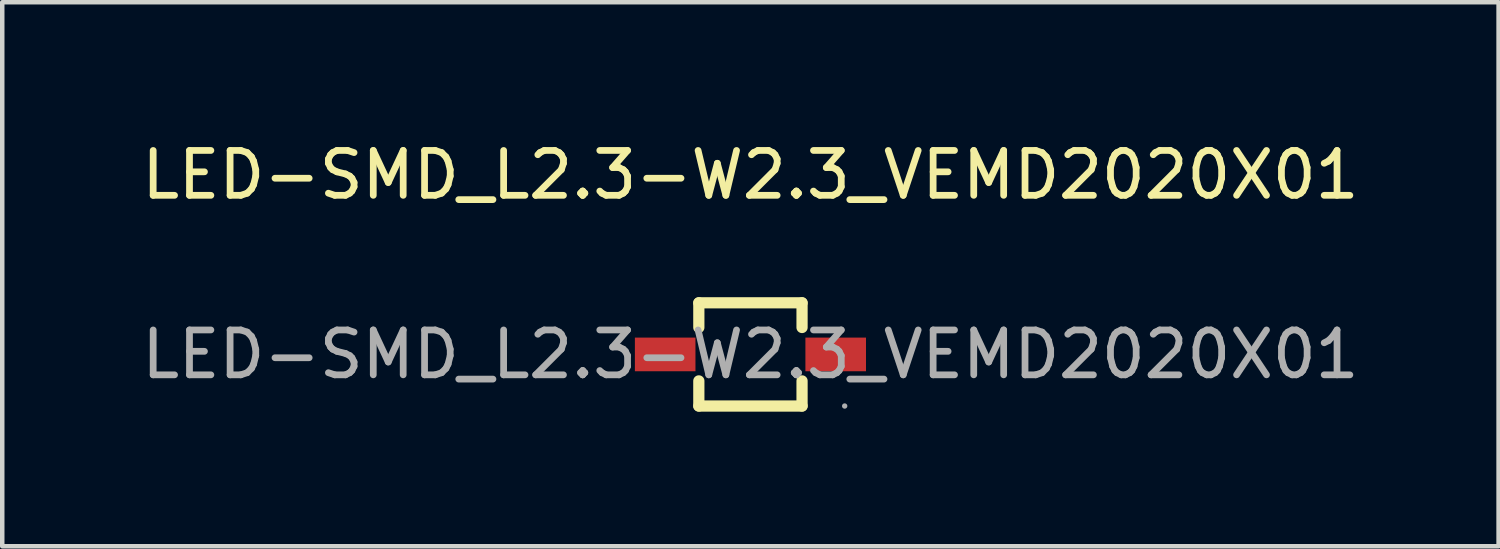
<source format=kicad_pcb>
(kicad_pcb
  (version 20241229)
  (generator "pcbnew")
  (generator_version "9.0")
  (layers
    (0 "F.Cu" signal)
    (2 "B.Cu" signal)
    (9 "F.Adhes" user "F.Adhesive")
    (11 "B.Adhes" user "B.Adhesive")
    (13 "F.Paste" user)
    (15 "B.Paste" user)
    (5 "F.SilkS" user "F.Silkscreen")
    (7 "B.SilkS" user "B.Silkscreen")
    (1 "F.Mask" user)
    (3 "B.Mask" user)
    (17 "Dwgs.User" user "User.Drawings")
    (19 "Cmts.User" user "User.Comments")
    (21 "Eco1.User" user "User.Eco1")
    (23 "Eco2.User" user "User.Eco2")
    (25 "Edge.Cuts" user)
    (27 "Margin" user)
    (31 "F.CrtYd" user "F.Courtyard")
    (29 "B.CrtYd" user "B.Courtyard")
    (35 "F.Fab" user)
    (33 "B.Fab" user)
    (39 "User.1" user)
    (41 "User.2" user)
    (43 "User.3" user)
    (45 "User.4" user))
  (footprint "LED-SMD_L2.3-W2.3_VEMD2020X01"
    (layer "F.Cu")
    (at 13.673 4.848)
    (property "Reference" "LED-SMD_L2.3-W2.3_VEMD2020X01" (at 0 -4 0) (layer "F.SilkS") (effects (font (size 1 1) (thickness 0.15))))
    (attr smd)
    (fp_line (start -1.15 -1.15) (end -1.15 -0.6) (stroke (width 0.25) (type solid)) (layer "F.SilkS"))
    (fp_line (start -1.15 0.59) (end -1.15 1.15) (stroke (width 0.25) (type solid)) (layer "F.SilkS"))
    (fp_line (start -1.15 1.15) (end 1.15 1.15) (stroke (width 0.25) (type solid)) (layer "F.SilkS"))
    (fp_line (start 1.15 -1.15) (end -1.15 -1.15) (stroke (width 0.25) (type solid)) (layer "F.SilkS"))
    (fp_line (start 1.15 -1.15) (end 1.15 -0.6) (stroke (width 0.25) (type solid)) (layer "F.SilkS"))
    (fp_line (start 1.15 0.59) (end 1.15 1.15) (stroke (width 0.25) (type solid)) (layer "F.SilkS"))
    (fp_circle (center 2.1 1.15) (end 2.13 1.15) (stroke (width 0.06) (type solid)) (fill no) (layer "F.Fab"))
    (fp_text user "${REFERENCE}" (at 0 0 0) (layer "F.Fab") (effects (font (size 1 1) (thickness 0.15))))
    (pad "1" smd rect (at 1.9 0) (size 1.35 0.75) (layers "F.Cu" "F.Mask" "F.Paste"))
    (pad "2" smd rect (at -1.9 0) (size 1.35 0.75) (layers "F.Cu" "F.Mask" "F.Paste")))
  (gr_rect
    (start -3 -3)
    (end 30.345 9.123)
    (stroke (width 0.1) (type default))
    (fill no)
    (layer "Edge.Cuts")))
</source>
